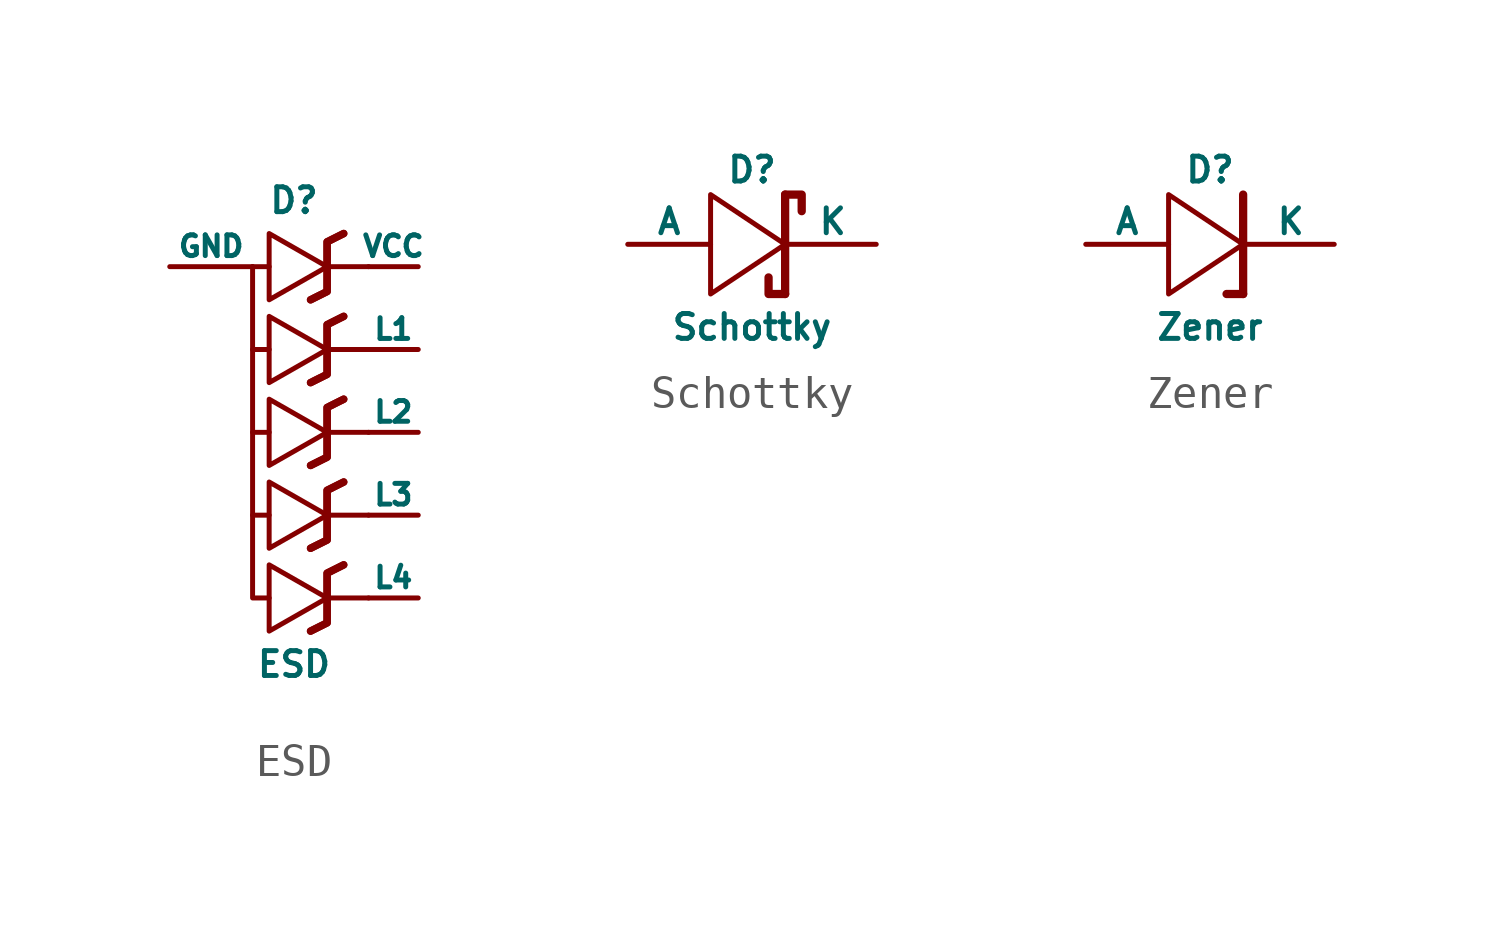
<source format=kicad_sym>
(kicad_symbol_lib
  (version 20220914)
  (generator kicad_symbol_editor)
  (symbol "ESD"
    (pin_numbers hide)
    (pin_names
      (offset 0))
    (property "Reference" "D"
      (at 0 5.842 0)
      (effects (font (size 0.762 0.762))))
    (property "Value" "ESD"
      (at 0 -8.382 0)
      (effects (font (size 0.762 0.762))))
    (symbol "ESD_0_1"
      (polyline (pts (xy -1.27 -1.27) (xy -0.762 -1.27)) (stroke (width 0) (type solid)) (fill (type none)))
      (polyline (pts (xy -1.27 3.81) (xy -0.762 3.81)) (stroke (width 0) (type solid)) (fill (type none)))
      (polyline (pts (xy -0.762 -3.81) (xy -1.27 -3.81)) (stroke (width 0) (type solid)) (fill (type none)))
      (polyline (pts (xy -0.762 1.27) (xy -1.27 1.27)) (stroke (width 0) (type solid)) (fill (type none)))
      (polyline (pts (xy 2.286 -6.35) (xy 1.016 -6.35)) (stroke (width 0) (type solid)) (fill (type none)))
      (polyline (pts (xy 2.286 -3.81) (xy 1.016 -3.81)) (stroke (width 0) (type solid)) (fill (type none)))
      (polyline (pts (xy 2.286 -1.27) (xy 1.016 -1.27)) (stroke (width 0) (type solid)) (fill (type none)))
      (polyline (pts (xy 2.286 1.27) (xy 1.016 1.27)) (stroke (width 0) (type solid)) (fill (type none)))
      (polyline (pts (xy 2.286 3.81) (xy 1.016 3.81)) (stroke (width 0) (type solid)) (fill (type none)))
      (polyline (pts (xy -1.27 3.81) (xy -1.27 -6.35) (xy -0.762 -6.35)) (stroke (width 0) (type solid)) (fill (type none)))
      (polyline (pts (xy 0.508 -7.366) (xy 1.016 -7.112) (xy 1.016 -5.588) (xy 1.524 -5.334)) (stroke (width 0.229) (type solid)) (fill (type none)))
      (polyline (pts (xy 0.508 -7.366) (xy 1.016 -7.112) (xy 1.016 -5.588) (xy 1.524 -5.334)) (stroke (width 0.229) (type solid)) (fill (type none)))
      (polyline (pts (xy 0.508 -4.826) (xy 1.016 -4.572) (xy 1.016 -3.048) (xy 1.524 -2.794)) (stroke (width 0.229) (type solid)) (fill (type none)))
      (polyline (pts (xy 0.508 -4.826) (xy 1.016 -4.572) (xy 1.016 -3.048) (xy 1.524 -2.794)) (stroke (width 0.229) (type solid)) (fill (type none)))
      (polyline (pts (xy 0.508 -2.286) (xy 1.016 -2.032) (xy 1.016 -0.508) (xy 1.524 -0.254)) (stroke (width 0.229) (type solid)) (fill (type none)))
      (polyline (pts (xy 0.508 -2.286) (xy 1.016 -2.032) (xy 1.016 -0.508) (xy 1.524 -0.254)) (stroke (width 0.229) (type solid)) (fill (type none)))
      (polyline (pts (xy 0.508 0.254) (xy 1.016 0.508) (xy 1.016 2.032) (xy 1.524 2.286)) (stroke (width 0.229) (type solid)) (fill (type none)))
      (polyline (pts (xy 0.508 0.254) (xy 1.016 0.508) (xy 1.016 2.032) (xy 1.524 2.286)) (stroke (width 0.229) (type solid)) (fill (type none)))
      (polyline (pts (xy 0.508 2.794) (xy 1.016 3.048) (xy 1.016 4.572) (xy 1.524 4.826)) (stroke (width 0.229) (type solid)) (fill (type none)))
      (polyline (pts (xy 0.508 2.794) (xy 1.016 3.048) (xy 1.016 4.572) (xy 1.524 4.826)) (stroke (width 0.229) (type solid)) (fill (type none)))
      (polyline (pts (xy 1.016 -6.35) (xy -0.762 -5.334) (xy -0.762 -7.366) (xy 1.016 -6.35)) (stroke (width 0) (type solid)) (fill (type none)))
      (polyline (pts (xy 1.016 -3.81) (xy -0.762 -2.794) (xy -0.762 -4.826) (xy 1.016 -3.81)) (stroke (width 0) (type solid)) (fill (type none)))
      (polyline (pts (xy 1.016 1.27) (xy -0.762 2.286) (xy -0.762 0.254) (xy 1.016 1.27)) (stroke (width 0) (type solid)) (fill (type none)))
      (polyline (pts (xy -0.762 -1.27) (xy -0.762 -2.286) (xy 1.016 -1.27) (xy -0.762 -0.254) (xy -0.762 -1.27)) (stroke (width 0) (type solid)) (fill (type none)))
      (polyline (pts (xy -0.762 3.81) (xy -0.762 2.794) (xy 1.016 3.81) (xy -0.762 4.826) (xy -0.762 3.81)) (stroke (width 0) (type solid)) (fill (type none))))
    (symbol "ESD_1_1"
      (pin passive line (at 3.81 1.27 180) (length 1.524) (name "L1" (effects (font (size 0.635 0.635)))) (number "1" (effects (font (size 0.635 0.635)))))
      (pin passive line (at -3.81 3.81 0) (length 2.54) (name "GND" (effects (font (size 0.635 0.635)))) (number "2" (effects (font (size 0.762 0.762)))))
      (pin passive line (at 3.81 -1.27 180) (length 1.524) (name "L2" (effects (font (size 0.635 0.635)))) (number "3" (effects (font (size 0.635 0.635)))))
      (pin passive line (at 3.81 -3.81 180) (length 1.524) (name "L3" (effects (font (size 0.635 0.635)))) (number "4" (effects (font (size 0.635 0.635)))))
      (pin passive line (at 3.81 3.81 180) (length 1.524) (name "VCC" (effects (font (size 0.635 0.635)))) (number "5" (effects (font (size 0.635 0.635)))))
      (pin passive line (at 3.81 -6.35 180) (length 1.524) (name "L4" (effects (font (size 0.635 0.635)))) (number "6" (effects (font (size 0.635 0.635)))))))
  (symbol "Schottky"
    (pin_numbers hide)
    (pin_names
      (offset 0))
    (property "Reference" "D"
      (at 0 2.286 0)
      (effects (font (size 0.762 0.762))))
    (property "Value" "Schottky"
      (at 0 -2.54 0)
      (effects (font (size 0.762 0.762))))
    (symbol "Schottky_0_1"
      (polyline (pts (xy 1.016 1.524) (xy 1.016 -1.524)) (stroke (width 0.254) (type solid)) (fill (type none)))
      (polyline (pts (xy 1.016 -1.524) (xy 0.508 -1.524) (xy 0.508 -1.016)) (stroke (width 0.254) (type solid)) (fill (type none)))
      (polyline (pts (xy 1.016 1.524) (xy 1.524 1.524) (xy 1.524 1.016)) (stroke (width 0.254) (type solid)) (fill (type none)))
      (polyline (pts (xy -1.27 1.524) (xy -1.27 -1.524) (xy 1.016 0) (xy -1.27 1.524)) (stroke (width 0) (type solid)) (fill (type none))))
    (symbol "Schottky_1_1"
      (pin passive line (at 3.81 0 180) (length 2.667) (name "K" (effects (font (size 0.762 0.762)))) (number "1" (effects (font (size 0.762 0.762)))))
      (pin passive line (at -3.81 0 0) (length 2.54) (name "A" (effects (font (size 0.762 0.762)))) (number "2" (effects (font (size 0.762 0.762)))))))
  (symbol "Zener"
    (pin_numbers hide)
    (pin_names
      (offset 0))
    (property "Reference" "D"
      (at 0 2.286 0)
      (effects (font (size 0.762 0.762))))
    (property "Value" "Zener"
      (at 0 -2.54 0)
      (effects (font (size 0.762 0.762))))
    (symbol "Zener_0_1"
      (polyline (pts (xy 1.016 -1.524) (xy 0.508 -1.524)) (stroke (width 0.254) (type solid)) (fill (type none)))
      (polyline (pts (xy 1.016 1.524) (xy 1.016 -1.524)) (stroke (width 0.254) (type solid)) (fill (type none)))
      (polyline (pts (xy -1.27 1.524) (xy -1.27 -1.524) (xy 1.016 0) (xy -1.27 1.524)) (stroke (width 0) (type solid)) (fill (type none))))
    (symbol "Zener_1_1"
      (pin passive line (at 3.81 0 180) (length 2.667) (name "K" (effects (font (size 0.762 0.762)))) (number "1" (effects (font (size 0.762 0.762)))))
      (pin passive line (at -3.81 0 0) (length 2.54) (name "A" (effects (font (size 0.762 0.762)))) (number "2" (effects (font (size 0.762 0.762))))))))
</source>
